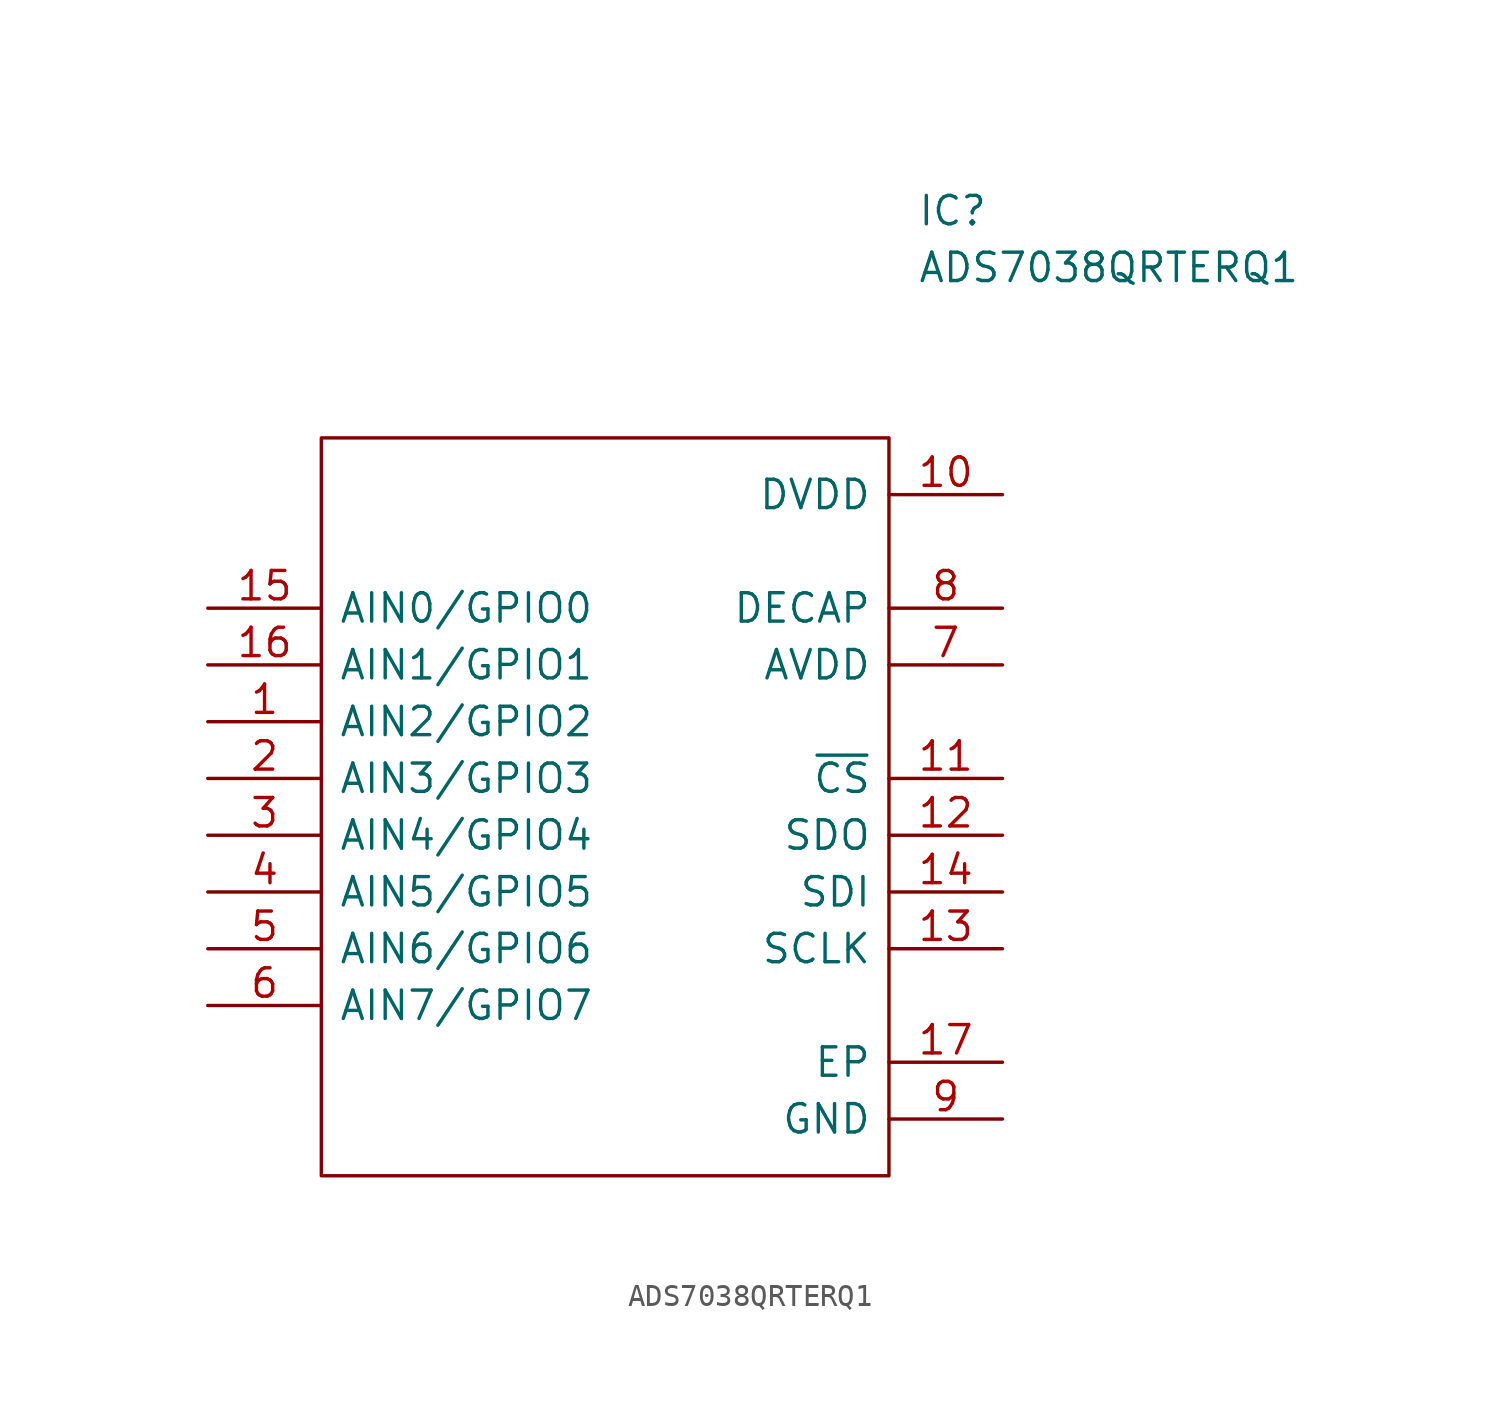
<source format=kicad_sym>
(kicad_symbol_lib
  (version 20211014)
  (generator kicad_symbol_editor)
  (symbol "ADS7038QRTERQ1"
    (pin_names
      (offset 0.762))
    (property "Reference" "IC"
      (at 31.75 22.86 0)
      (effects (font (size 1.27 1.27)) (justify left)))
    (property "Value" "ADS7038QRTERQ1"
      (at 31.75 20.32 0)
      (effects (font (size 1.27 1.27)) (justify left)))
    (symbol "ADS7038QRTERQ1_0_0"
      (pin passive line (at 0 0 0) (length 5.08) (name "AIN2/GPIO2" (effects (font (size 1.27 1.27)))) (number "1" (effects (font (size 1.27 1.27)))))
      (pin passive line (at 35.56 10.16 180) (length 5.08) (name "DVDD" (effects (font (size 1.27 1.27)))) (number "10" (effects (font (size 1.27 1.27)))))
      (pin passive line (at 35.56 -2.54 180) (length 5.08) (name "~{CS}" (effects (font (size 1.27 1.27)))) (number "11" (effects (font (size 1.27 1.27)))))
      (pin passive line (at 35.56 -5.08 180) (length 5.08) (name "SDO" (effects (font (size 1.27 1.27)))) (number "12" (effects (font (size 1.27 1.27)))))
      (pin passive line (at 35.56 -10.16 180) (length 5.08) (name "SCLK" (effects (font (size 1.27 1.27)))) (number "13" (effects (font (size 1.27 1.27)))))
      (pin passive line (at 35.56 -7.62 180) (length 5.08) (name "SDI" (effects (font (size 1.27 1.27)))) (number "14" (effects (font (size 1.27 1.27)))))
      (pin passive line (at 0 5.08 0) (length 5.08) (name "AIN0/GPIO0" (effects (font (size 1.27 1.27)))) (number "15" (effects (font (size 1.27 1.27)))))
      (pin passive line (at 0 2.54 0) (length 5.08) (name "AIN1/GPIO1" (effects (font (size 1.27 1.27)))) (number "16" (effects (font (size 1.27 1.27)))))
      (pin passive line (at 35.56 -15.24 180) (length 5.08) (name "EP" (effects (font (size 1.27 1.27)))) (number "17" (effects (font (size 1.27 1.27)))))
      (pin passive line (at 0 -2.54 0) (length 5.08) (name "AIN3/GPIO3" (effects (font (size 1.27 1.27)))) (number "2" (effects (font (size 1.27 1.27)))))
      (pin passive line (at 0 -5.08 0) (length 5.08) (name "AIN4/GPIO4" (effects (font (size 1.27 1.27)))) (number "3" (effects (font (size 1.27 1.27)))))
      (pin passive line (at 0 -7.62 0) (length 5.08) (name "AIN5/GPIO5" (effects (font (size 1.27 1.27)))) (number "4" (effects (font (size 1.27 1.27)))))
      (pin passive line (at 0 -10.16 0) (length 5.08) (name "AIN6/GPIO6" (effects (font (size 1.27 1.27)))) (number "5" (effects (font (size 1.27 1.27)))))
      (pin passive line (at 0 -12.7 0) (length 5.08) (name "AIN7/GPIO7" (effects (font (size 1.27 1.27)))) (number "6" (effects (font (size 1.27 1.27)))))
      (pin passive line (at 35.56 2.54 180) (length 5.08) (name "AVDD" (effects (font (size 1.27 1.27)))) (number "7" (effects (font (size 1.27 1.27)))))
      (pin passive line (at 35.56 5.08 180) (length 5.08) (name "DECAP" (effects (font (size 1.27 1.27)))) (number "8" (effects (font (size 1.27 1.27)))))
      (pin passive line (at 35.56 -17.78 180) (length 5.08) (name "GND" (effects (font (size 1.27 1.27)))) (number "9" (effects (font (size 1.27 1.27))))))
    (symbol "ADS7038QRTERQ1_0_1"
      (polyline (pts (xy 5.08 12.7) (xy 30.48 12.7) (xy 30.48 -20.32) (xy 5.08 -20.32) (xy 5.08 12.7)) (stroke (width 0.152) (type default) (color 0 0 0 0)) (fill (type none))))))
</source>
